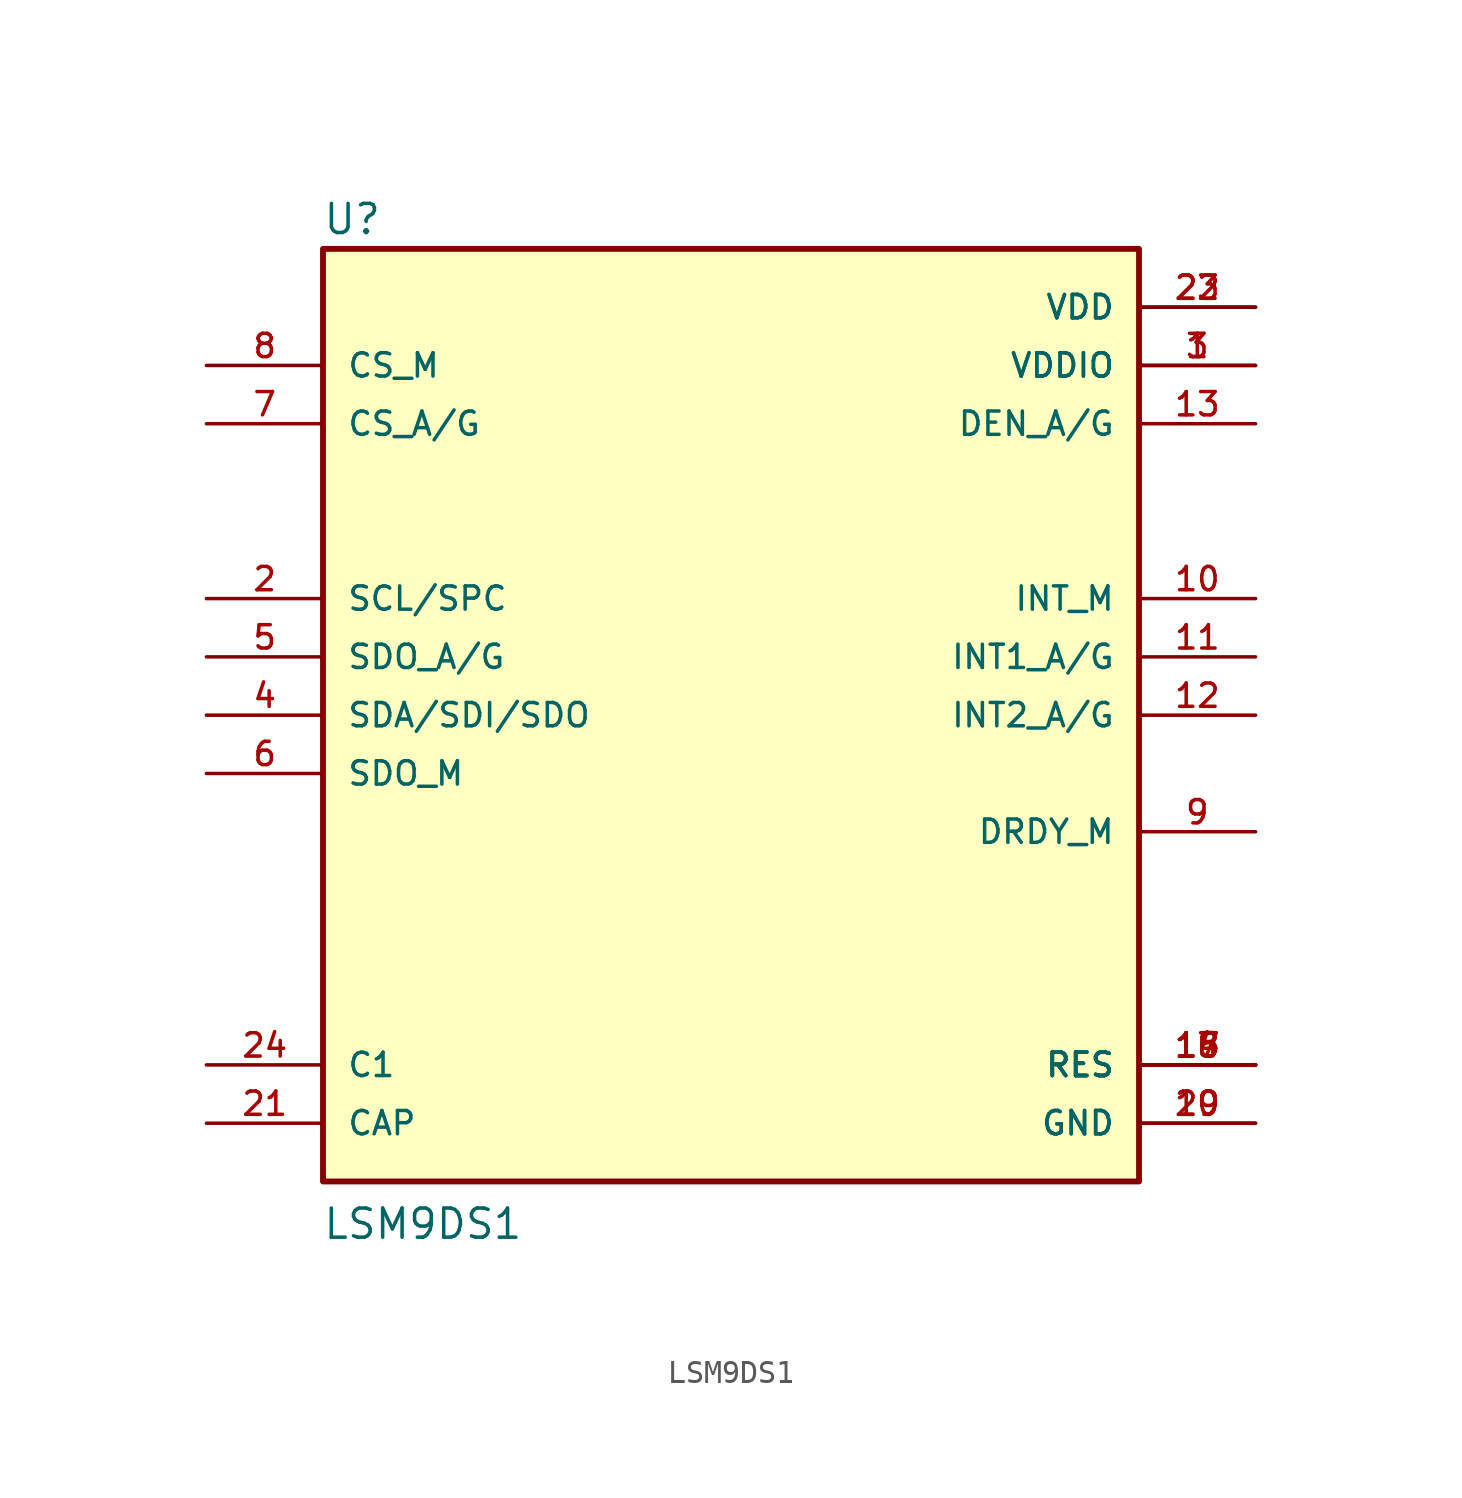
<source format=kicad_sym>
(kicad_symbol_lib
  (version 20211014)
  (generator kicad_symbol_editor)
  (symbol "LSM9DS1"
    (pin_names
      (offset 1.016))
    (property "Reference" "U"
      (at -17.815 20.869 0)
      (effects (font (size 1.27 1.27)) (justify bottom left)))
    (property "Value" "LSM9DS1"
      (at -17.82 -22.911 0)
      (effects (font (size 1.27 1.27)) (justify bottom left)))
    (symbol "LSM9DS1_0_0"
      (rectangle (start -17.78 -20.32) (end 17.78 20.32) (stroke (width 0.254)) (fill (type background)))
      (pin power_in line (at 22.86 15.24 180.0) (length 5.08) (name "VDDIO" (effects (font (size 1.016 1.016)))) (number "1" (effects (font (size 1.016 1.016)))))
      (pin power_in line (at 22.86 15.24 180.0) (length 5.08) (name "VDDIO" (effects (font (size 1.016 1.016)))) (number "3" (effects (font (size 1.016 1.016)))))
      (pin input line (at -22.86 5.08 0) (length 5.08) (name "SCL/SPC" (effects (font (size 1.016 1.016)))) (number "2" (effects (font (size 1.016 1.016)))))
      (pin bidirectional line (at -22.86 0.0 0) (length 5.08) (name "SDA/SDI/SDO" (effects (font (size 1.016 1.016)))) (number "4" (effects (font (size 1.016 1.016)))))
      (pin output line (at -22.86 2.54 0) (length 5.08) (name "SDO_A/G" (effects (font (size 1.016 1.016)))) (number "5" (effects (font (size 1.016 1.016)))))
      (pin bidirectional line (at -22.86 -2.54 0) (length 5.08) (name "SDO_M" (effects (font (size 1.016 1.016)))) (number "6" (effects (font (size 1.016 1.016)))))
      (pin input line (at -22.86 12.7 0) (length 5.08) (name "CS_A/G" (effects (font (size 1.016 1.016)))) (number "7" (effects (font (size 1.016 1.016)))))
      (pin input line (at -22.86 15.24 0) (length 5.08) (name "CS_M" (effects (font (size 1.016 1.016)))) (number "8" (effects (font (size 1.016 1.016)))))
      (pin output line (at 22.86 -5.08 180.0) (length 5.08) (name "DRDY_M" (effects (font (size 1.016 1.016)))) (number "9" (effects (font (size 1.016 1.016)))))
      (pin output line (at 22.86 5.08 180.0) (length 5.08) (name "INT_M" (effects (font (size 1.016 1.016)))) (number "10" (effects (font (size 1.016 1.016)))))
      (pin output line (at 22.86 2.54 180.0) (length 5.08) (name "INT1_A/G" (effects (font (size 1.016 1.016)))) (number "11" (effects (font (size 1.016 1.016)))))
      (pin output line (at 22.86 0.0 180.0) (length 5.08) (name "INT2_A/G" (effects (font (size 1.016 1.016)))) (number "12" (effects (font (size 1.016 1.016)))))
      (pin input line (at 22.86 12.7 180.0) (length 5.08) (name "DEN_A/G" (effects (font (size 1.016 1.016)))) (number "13" (effects (font (size 1.016 1.016)))))
      (pin power_in line (at 22.86 -15.24 180.0) (length 5.08) (name "RES" (effects (font (size 1.016 1.016)))) (number "14" (effects (font (size 1.016 1.016)))))
      (pin power_in line (at 22.86 -15.24 180.0) (length 5.08) (name "RES" (effects (font (size 1.016 1.016)))) (number "15" (effects (font (size 1.016 1.016)))))
      (pin power_in line (at 22.86 -15.24 180.0) (length 5.08) (name "RES" (effects (font (size 1.016 1.016)))) (number "16" (effects (font (size 1.016 1.016)))))
      (pin power_in line (at 22.86 -15.24 180.0) (length 5.08) (name "RES" (effects (font (size 1.016 1.016)))) (number "17" (effects (font (size 1.016 1.016)))))
      (pin power_in line (at 22.86 -15.24 180.0) (length 5.08) (name "RES" (effects (font (size 1.016 1.016)))) (number "18" (effects (font (size 1.016 1.016)))))
      (pin power_in line (at 22.86 -17.78 180.0) (length 5.08) (name "GND" (effects (font (size 1.016 1.016)))) (number "19" (effects (font (size 1.016 1.016)))))
      (pin power_in line (at 22.86 -17.78 180.0) (length 5.08) (name "GND" (effects (font (size 1.016 1.016)))) (number "20" (effects (font (size 1.016 1.016)))))
      (pin passive line (at -22.86 -17.78 0) (length 5.08) (name "CAP" (effects (font (size 1.016 1.016)))) (number "21" (effects (font (size 1.016 1.016)))))
      (pin power_in line (at 22.86 17.78 180.0) (length 5.08) (name "VDD" (effects (font (size 1.016 1.016)))) (number "22" (effects (font (size 1.016 1.016)))))
      (pin power_in line (at 22.86 17.78 180.0) (length 5.08) (name "VDD" (effects (font (size 1.016 1.016)))) (number "23" (effects (font (size 1.016 1.016)))))
      (pin passive line (at -22.86 -15.24 0) (length 5.08) (name "C1" (effects (font (size 1.016 1.016)))) (number "24" (effects (font (size 1.016 1.016))))))))
</source>
